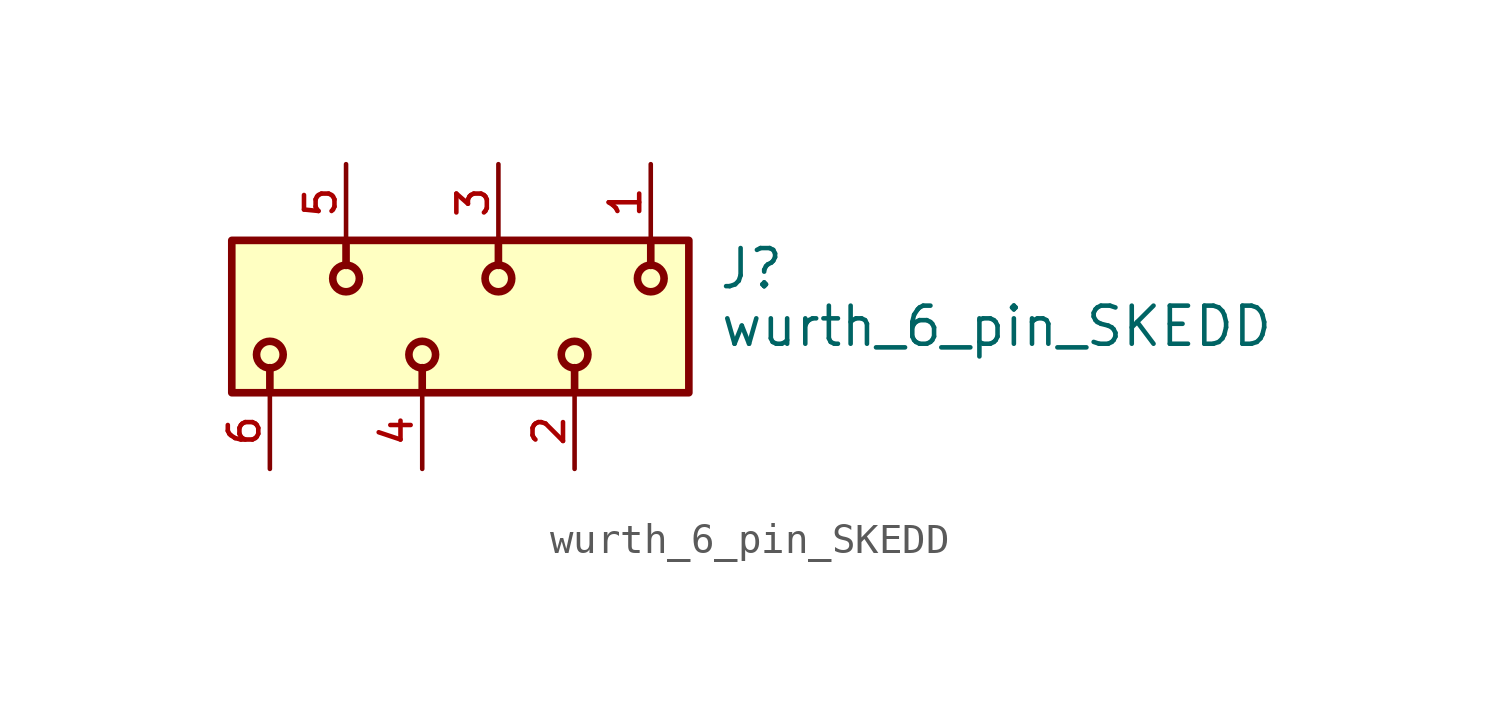
<source format=kicad_sym>
(kicad_symbol_lib
  (version 20241209)
  (generator "kicad_symbol_editor")
  (generator_version "9.0")
  (symbol "wurth_6_pin_SKEDD"
    (pin_names
      (offset 1.016))
    (property "Reference" "J"
      (at 7.31 0.85 0)
      (effects (font (size 1.27 1.27)) (justify left bottom)))
    (property "Value" "wurth_6_pin_SKEDD"
      (at 7.35 -1.07 0)
      (effects (font (size 1.27 1.27)) (justify left bottom)))
    (symbol "wurth_6_pin_SKEDD_0_0"
      (rectangle (start -8.89 -2.54) (end 6.35 2.54) (stroke (width 0.254) (type default)) (fill (type background)))
      (circle (center -7.62 -1.27) (radius 0.445) (stroke (width 0.254) (type default)) (fill (type none)))
      (polyline (pts (xy -7.62 -1.705) (xy -7.62 -2.54)) (stroke (width 0.254) (type default)) (fill (type none)))
      (polyline (pts (xy -5.08 1.705) (xy -5.08 2.54)) (stroke (width 0.254) (type default)) (fill (type none)))
      (circle (center -5.08 1.27) (radius 0.445) (stroke (width 0.254) (type default)) (fill (type none)))
      (circle (center -2.54 -1.27) (radius 0.445) (stroke (width 0.254) (type default)) (fill (type none)))
      (polyline (pts (xy -2.54 -1.705) (xy -2.54 -2.54)) (stroke (width 0.254) (type default)) (fill (type none)))
      (polyline (pts (xy 0 1.705) (xy 0 2.54)) (stroke (width 0.254) (type default)) (fill (type none)))
      (circle (center 0 1.27) (radius 0.445) (stroke (width 0.254) (type default)) (fill (type none)))
      (circle (center 2.54 -1.27) (radius 0.445) (stroke (width 0.254) (type default)) (fill (type none)))
      (polyline (pts (xy 2.54 -1.705) (xy 2.54 -2.54)) (stroke (width 0.254) (type default)) (fill (type none)))
      (polyline (pts (xy 5.08 1.705) (xy 5.08 2.54)) (stroke (width 0.254) (type default)) (fill (type none)))
      (circle (center 5.08 1.27) (radius 0.445) (stroke (width 0.254) (type default)) (fill (type none)))
      (pin passive line (at -7.62 -5.08 90) (length 2.54) (name "~" (effects (font (size 1.016 1.016)))) (number "6" (effects (font (size 1.016 1.016)))))
      (pin passive line (at -5.08 5.08 270) (length 2.54) (name "~" (effects (font (size 1.016 1.016)))) (number "5" (effects (font (size 1.016 1.016)))))
      (pin passive line (at -2.54 -5.08 90) (length 2.54) (name "~" (effects (font (size 1.016 1.016)))) (number "4" (effects (font (size 1.016 1.016)))))
      (pin passive line (at 0 5.08 270) (length 2.54) (name "~" (effects (font (size 1.016 1.016)))) (number "3" (effects (font (size 1.016 1.016)))))
      (pin passive line (at 2.54 -5.08 90) (length 2.54) (name "~" (effects (font (size 1.016 1.016)))) (number "2" (effects (font (size 1.016 1.016)))))
      (pin passive line (at 5.08 5.08 270) (length 2.54) (name "~" (effects (font (size 1.016 1.016)))) (number "1" (effects (font (size 1.016 1.016))))))))
</source>
